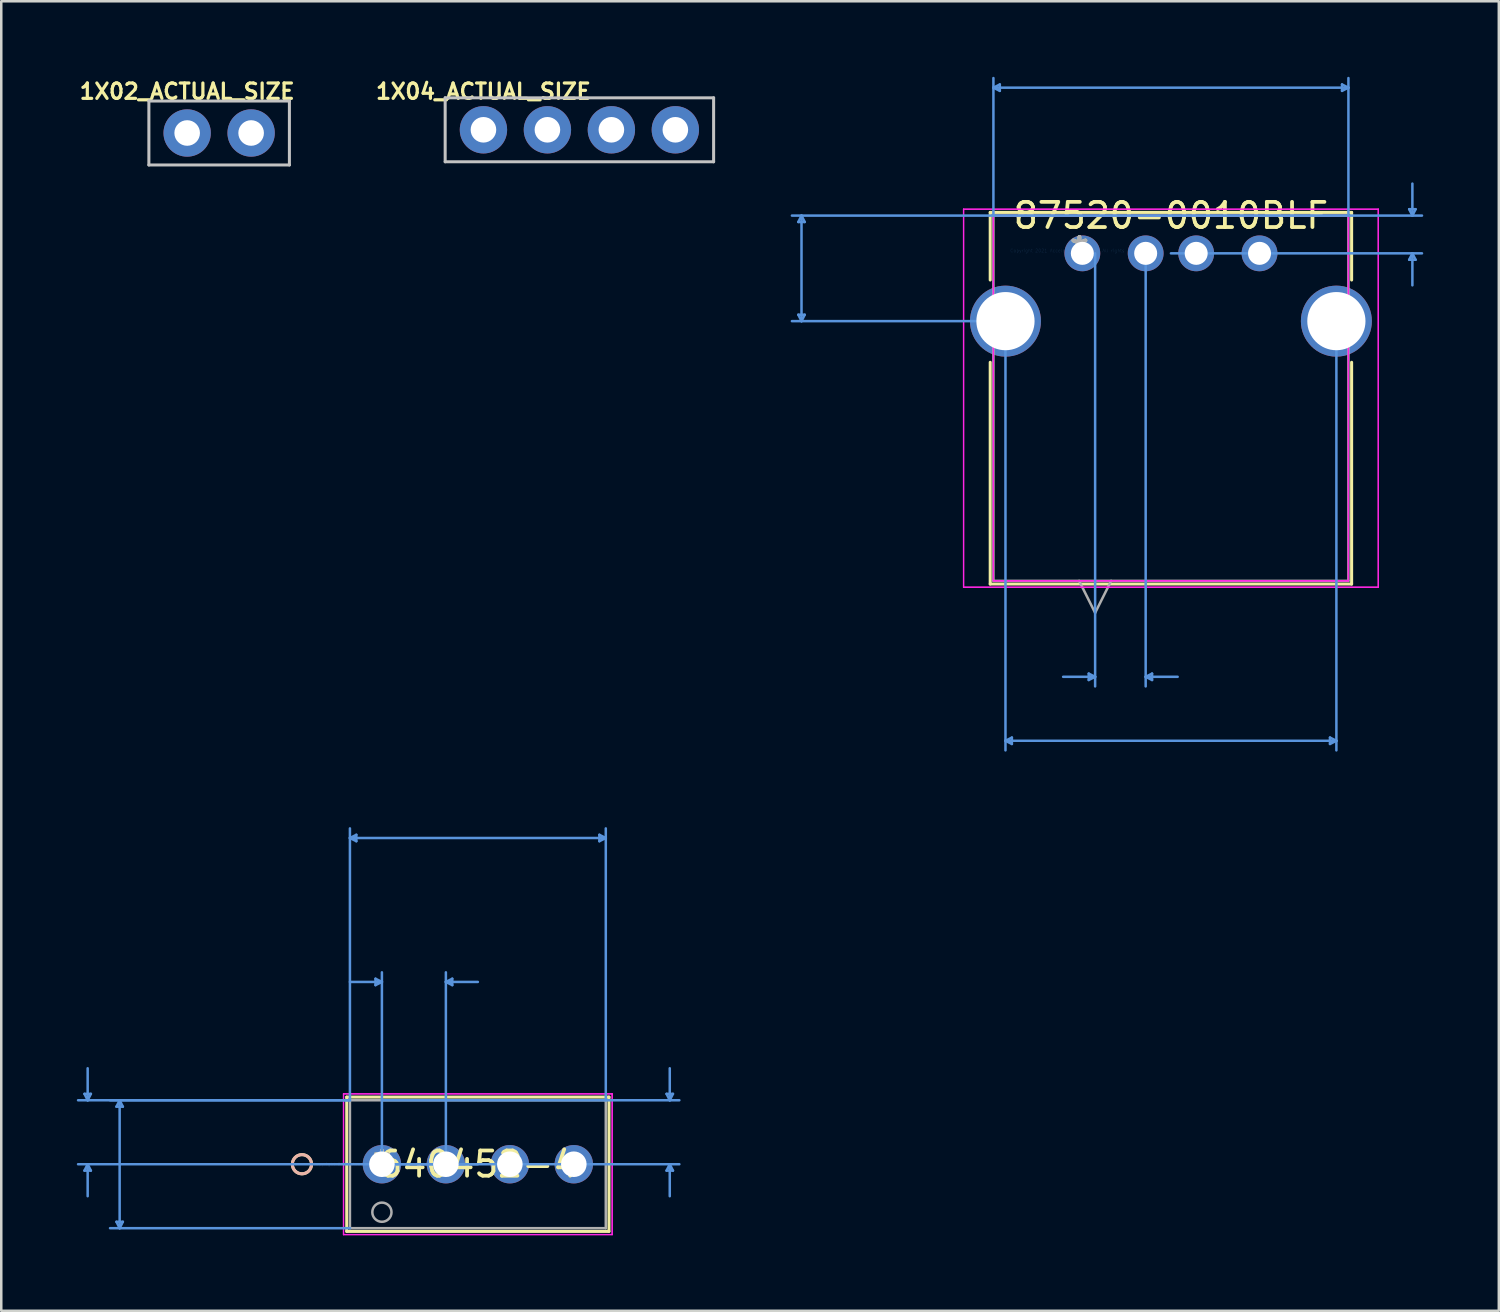
<source format=kicad_pcb>
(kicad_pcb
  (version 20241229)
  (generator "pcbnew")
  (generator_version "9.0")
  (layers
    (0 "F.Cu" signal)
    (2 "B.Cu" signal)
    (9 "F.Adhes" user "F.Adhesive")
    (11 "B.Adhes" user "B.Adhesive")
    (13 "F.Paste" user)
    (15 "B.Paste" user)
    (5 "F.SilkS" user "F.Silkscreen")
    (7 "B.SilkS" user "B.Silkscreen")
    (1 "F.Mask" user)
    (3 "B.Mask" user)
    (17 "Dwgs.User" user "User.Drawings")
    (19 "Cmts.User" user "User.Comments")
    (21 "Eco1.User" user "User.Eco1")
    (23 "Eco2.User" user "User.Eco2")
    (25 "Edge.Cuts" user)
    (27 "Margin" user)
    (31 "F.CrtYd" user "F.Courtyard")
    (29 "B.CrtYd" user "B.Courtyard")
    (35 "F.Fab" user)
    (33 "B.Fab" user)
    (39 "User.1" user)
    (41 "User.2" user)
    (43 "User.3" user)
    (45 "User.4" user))
  (footprint "1X04_ACTUAL_SIZE"
    (layer "F.Cu")
    (at 16.147 2.104)
    (property "Reference" "1X04_ACTUAL_SIZE" (at 0 -1.524 0) (layer "F.SilkS") (effects (font (size 0.61 0.61) (thickness 0.127))))
    (attr exclude_from_pos_files exclude_from_bom)
    (fp_line (start -1.52 -1.27) (end 9.14 -1.27) (stroke (width 0.12) (type solid)) (layer "Dwgs.User"))
    (fp_line (start -1.52 1.27) (end -1.52 -1.27) (stroke (width 0.12) (type solid)) (layer "Dwgs.User"))
    (fp_line (start 9.14 -1.27) (end 9.14 1.27) (stroke (width 0.12) (type solid)) (layer "Dwgs.User"))
    (fp_line (start 9.14 1.27) (end -1.52 1.27) (stroke (width 0.12) (type solid)) (layer "Dwgs.User"))
    (pad "1" thru_hole circle (at 0 0) (size 1.88 1.88) (drill 1.016) (layers "*.Cu" "*.Mask"))
    (pad "2" thru_hole circle (at 2.54 0) (size 1.88 1.88) (drill 1.016) (layers "*.Cu" "*.Mask"))
    (pad "3" thru_hole circle (at 5.08 0) (size 1.88 1.88) (drill 1.016) (layers "*.Cu" "*.Mask"))
    (pad "4" thru_hole circle (at 7.62 0) (size 1.88 1.88) (drill 1.016) (layers "*.Cu" "*.Mask")))
  (footprint "87520-0010BLF"
    (layer "F.Cu")
    (at 39.812 6.902)
    (property "Reference" "87520-0010BLF" (at 3.634 -1.391 0) (layer "F.SilkS") (effects (font (size 1 1) (thickness 0.15))))
    (attr through_hole)
    (fp_line (start -3.542 -1.518) (end -3.542 1.167) (stroke (width 0.12) (type solid)) (layer "F.SilkS"))
    (fp_line (start -3.542 4.434) (end -3.542 13.24) (stroke (width 0.12) (type solid)) (layer "F.SilkS"))
    (fp_line (start -3.542 13.24) (end 10.809 13.24) (stroke (width 0.12) (type solid)) (layer "F.SilkS"))
    (fp_line (start 10.809 -1.518) (end -3.542 -1.518) (stroke (width 0.12) (type solid)) (layer "F.SilkS"))
    (fp_line (start 10.809 1.167) (end 10.809 -1.518) (stroke (width 0.12) (type solid)) (layer "F.SilkS"))
    (fp_line (start 10.809 13.24) (end 10.809 4.434) (stroke (width 0.12) (type solid)) (layer "F.SilkS"))
    (fp_line (start -11.162 -1.137) (end -10.908 -1.137) (stroke (width 0.1) (type solid)) (layer "Cmts.User"))
    (fp_line (start -11.162 2.546) (end -10.908 2.546) (stroke (width 0.1) (type solid)) (layer "Cmts.User"))
    (fp_line (start -11.035 -1.391) (end -11.162 -1.137) (stroke (width 0.1) (type solid)) (layer "Cmts.User"))
    (fp_line (start -11.035 -1.391) (end -11.035 2.8) (stroke (width 0.1) (type solid)) (layer "Cmts.User"))
    (fp_line (start -11.035 -1.391) (end -10.908 -1.137) (stroke (width 0.1) (type solid)) (layer "Cmts.User"))
    (fp_line (start -11.035 2.8) (end -11.162 2.546) (stroke (width 0.1) (type solid)) (layer "Cmts.User"))
    (fp_line (start -11.035 2.8) (end -10.908 2.546) (stroke (width 0.1) (type solid)) (layer "Cmts.User"))
    (fp_line (start -3.415 -6.471) (end -3.161 -6.598) (stroke (width 0.1) (type solid)) (layer "Cmts.User"))
    (fp_line (start -3.415 -6.471) (end -3.161 -6.344) (stroke (width 0.1) (type solid)) (layer "Cmts.User"))
    (fp_line (start -3.415 -6.471) (end 10.682 -6.471) (stroke (width 0.1) (type solid)) (layer "Cmts.User"))
    (fp_line (start -3.415 -1.391) (end -11.416 -1.391) (stroke (width 0.1) (type solid)) (layer "Cmts.User"))
    (fp_line (start -3.415 -1.391) (end -3.415 -6.852) (stroke (width 0.1) (type solid)) (layer "Cmts.User"))
    (fp_line (start -3.415 -1.391) (end 13.603 -1.391) (stroke (width 0.1) (type solid)) (layer "Cmts.User"))
    (fp_line (start -3.161 -6.598) (end -3.161 -6.344) (stroke (width 0.1) (type solid)) (layer "Cmts.User"))
    (fp_line (start -2.936 2.8) (end -11.416 2.8) (stroke (width 0.1) (type solid)) (layer "Cmts.User"))
    (fp_line (start -2.936 2.8) (end -2.936 19.844) (stroke (width 0.1) (type solid)) (layer "Cmts.User"))
    (fp_line (start -2.936 19.463) (end -2.682 19.336) (stroke (width 0.1) (type solid)) (layer "Cmts.User"))
    (fp_line (start -2.936 19.463) (end -2.682 19.59) (stroke (width 0.1) (type solid)) (layer "Cmts.User"))
    (fp_line (start -2.936 19.463) (end 10.204 19.463) (stroke (width 0.1) (type solid)) (layer "Cmts.User"))
    (fp_line (start -2.682 19.336) (end -2.682 19.59) (stroke (width 0.1) (type solid)) (layer "Cmts.User"))
    (fp_line (start 0.37 16.796) (end 0.37 17.05) (stroke (width 0.1) (type solid)) (layer "Cmts.User"))
    (fp_line (start 0.624 0.108) (end 0.624 17.304) (stroke (width 0.1) (type solid)) (layer "Cmts.User"))
    (fp_line (start 0.624 16.923) (end -0.646 16.923) (stroke (width 0.1) (type solid)) (layer "Cmts.User"))
    (fp_line (start 0.624 16.923) (end 0.37 16.796) (stroke (width 0.1) (type solid)) (layer "Cmts.User"))
    (fp_line (start 0.624 16.923) (end 0.37 17.05) (stroke (width 0.1) (type solid)) (layer "Cmts.User"))
    (fp_line (start 2.631 0.108) (end 2.631 17.304) (stroke (width 0.1) (type solid)) (layer "Cmts.User"))
    (fp_line (start 2.631 16.923) (end 2.885 16.796) (stroke (width 0.1) (type solid)) (layer "Cmts.User"))
    (fp_line (start 2.631 16.923) (end 2.885 17.05) (stroke (width 0.1) (type solid)) (layer "Cmts.User"))
    (fp_line (start 2.631 16.923) (end 3.901 16.923) (stroke (width 0.1) (type solid)) (layer "Cmts.User"))
    (fp_line (start 2.885 16.796) (end 2.885 17.05) (stroke (width 0.1) (type solid)) (layer "Cmts.User"))
    (fp_line (start 3.634 0.108) (end 13.603 0.108) (stroke (width 0.1) (type solid)) (layer "Cmts.User"))
    (fp_line (start 9.95 19.336) (end 9.95 19.59) (stroke (width 0.1) (type solid)) (layer "Cmts.User"))
    (fp_line (start 10.204 2.8) (end 10.204 19.844) (stroke (width 0.1) (type solid)) (layer "Cmts.User"))
    (fp_line (start 10.204 19.463) (end 9.95 19.336) (stroke (width 0.1) (type solid)) (layer "Cmts.User"))
    (fp_line (start 10.204 19.463) (end 9.95 19.59) (stroke (width 0.1) (type solid)) (layer "Cmts.User"))
    (fp_line (start 10.428 -6.598) (end 10.428 -6.344) (stroke (width 0.1) (type solid)) (layer "Cmts.User"))
    (fp_line (start 10.682 -6.471) (end 10.428 -6.598) (stroke (width 0.1) (type solid)) (layer "Cmts.User"))
    (fp_line (start 10.682 -6.471) (end 10.428 -6.344) (stroke (width 0.1) (type solid)) (layer "Cmts.User"))
    (fp_line (start 10.682 -1.391) (end 10.682 -6.852) (stroke (width 0.1) (type solid)) (layer "Cmts.User"))
    (fp_line (start 13.095 -1.645) (end 13.349 -1.645) (stroke (width 0.1) (type solid)) (layer "Cmts.User"))
    (fp_line (start 13.095 0.362) (end 13.349 0.362) (stroke (width 0.1) (type solid)) (layer "Cmts.User"))
    (fp_line (start 13.222 -1.391) (end 13.095 -1.645) (stroke (width 0.1) (type solid)) (layer "Cmts.User"))
    (fp_line (start 13.222 -1.391) (end 13.222 -2.661) (stroke (width 0.1) (type solid)) (layer "Cmts.User"))
    (fp_line (start 13.222 -1.391) (end 13.349 -1.645) (stroke (width 0.1) (type solid)) (layer "Cmts.User"))
    (fp_line (start 13.222 0.108) (end 13.095 0.362) (stroke (width 0.1) (type solid)) (layer "Cmts.User"))
    (fp_line (start 13.222 0.108) (end 13.222 1.378) (stroke (width 0.1) (type solid)) (layer "Cmts.User"))
    (fp_line (start 13.222 0.108) (end 13.349 0.362) (stroke (width 0.1) (type solid)) (layer "Cmts.User"))
    (fp_line (start -4.6 -1.645) (end -4.6 13.367) (stroke (width 0.05) (type solid)) (layer "F.CrtYd"))
    (fp_line (start -4.6 -1.645) (end 11.868 -1.645) (stroke (width 0.05) (type solid)) (layer "F.CrtYd"))
    (fp_line (start -4.6 13.367) (end -4.6 -1.645) (stroke (width 0.05) (type solid)) (layer "F.CrtYd"))
    (fp_line (start -4.6 13.367) (end 11.868 13.367) (stroke (width 0.05) (type solid)) (layer "F.CrtYd"))
    (fp_line (start -3.415 -1.391) (end -3.415 13.113) (stroke (width 0.05) (type solid)) (layer "F.CrtYd"))
    (fp_line (start -3.415 -1.391) (end 10.682 -1.391) (stroke (width 0.05) (type solid)) (layer "F.CrtYd"))
    (fp_line (start -3.415 13.113) (end -3.415 -1.391) (stroke (width 0.05) (type solid)) (layer "F.CrtYd"))
    (fp_line (start -3.415 13.113) (end 10.682 13.113) (stroke (width 0.05) (type solid)) (layer "F.CrtYd"))
    (fp_line (start 10.682 -1.391) (end -3.415 -1.391) (stroke (width 0.05) (type solid)) (layer "F.CrtYd"))
    (fp_line (start 10.682 -1.391) (end 10.682 13.113) (stroke (width 0.05) (type solid)) (layer "F.CrtYd"))
    (fp_line (start 10.682 -1.391) (end 10.682 13.113) (stroke (width 0.05) (type solid)) (layer "F.CrtYd"))
    (fp_line (start 10.682 13.113) (end -3.415 13.113) (stroke (width 0.05) (type solid)) (layer "F.CrtYd"))
    (fp_line (start 11.868 -1.645) (end -4.6 -1.645) (stroke (width 0.05) (type solid)) (layer "F.CrtYd"))
    (fp_line (start 11.868 -1.645) (end 11.868 13.367) (stroke (width 0.05) (type solid)) (layer "F.CrtYd"))
    (fp_line (start 11.868 -1.645) (end 11.868 13.367) (stroke (width 0.05) (type solid)) (layer "F.CrtYd"))
    (fp_line (start 11.868 13.367) (end -4.6 13.367) (stroke (width 0.05) (type solid)) (layer "F.CrtYd"))
    (fp_line (start -3.415 -1.391) (end -3.415 13.113) (stroke (width 0.1) (type solid)) (layer "F.Fab"))
    (fp_line (start -3.415 13.113) (end 10.682 13.113) (stroke (width 0.1) (type solid)) (layer "F.Fab"))
    (fp_line (start -0.011 13.113) (end 0.624 14.383) (stroke (width 0.1) (type solid)) (layer "F.Fab"))
    (fp_line (start 1.259 13.113) (end 0.624 14.383) (stroke (width 0.1) (type solid)) (layer "F.Fab"))
    (fp_line (start 10.682 -1.391) (end -3.415 -1.391) (stroke (width 0.1) (type solid)) (layer "F.Fab"))
    (fp_line (start 10.682 13.113) (end 10.682 -1.391) (stroke (width 0.1) (type solid)) (layer "F.Fab"))
    (fp_text user "*" (at 0 0 0) (layer "F.SilkS") (effects (font (size 1 1) (thickness 0.15))))
    (fp_text user "Copyright 2021 Accelerated Designs. All rights reserved." (at 0 0 0) (layer "Cmts.User") (effects (font (size 0.127 0.127) (thickness 0.002))))
    (fp_text user "*" (at 0 0 0) (layer "F.Fab") (effects (font (size 1 1) (thickness 0.15))))
    (pad "1" thru_hole circle (at 0.116 0.108) (size 1.422 1.422) (drill 0.914) (layers "*.Cu" "*.Mask"))
    (pad "2" thru_hole circle (at 2.631 0.108) (size 1.422 1.422) (drill 0.914) (layers "*.Cu" "*.Mask"))
    (pad "3" thru_hole circle (at 4.637 0.108) (size 1.422 1.422) (drill 0.914) (layers "*.Cu" "*.Mask"))
    (pad "4" thru_hole circle (at 7.152 0.108) (size 1.422 1.422) (drill 0.914) (layers "*.Cu" "*.Mask"))
    (pad "5" thru_hole circle (at -2.936 2.8) (size 2.819 2.819) (drill 2.311) (layers "*.Cu" "*.Mask"))
    (pad "6" thru_hole circle (at 10.204 2.8) (size 2.819 2.819) (drill 2.311) (layers "*.Cu" "*.Mask")))
  (footprint "1X02_ACTUAL_SIZE"
    (layer "F.Cu")
    (at 4.382 2.231)
    (property "Reference" "1X02_ACTUAL_SIZE" (at 0 -1.651 0) (layer "F.SilkS") (effects (font (size 0.61 0.61) (thickness 0.127))))
    (attr exclude_from_pos_files exclude_from_bom)
    (fp_line (start -1.52 -1.27) (end -1.52 1.27) (stroke (width 0.12) (type solid)) (layer "Dwgs.User"))
    (fp_line (start -1.52 1.27) (end 4.06 1.27) (stroke (width 0.12) (type solid)) (layer "Dwgs.User"))
    (fp_line (start 4.06 -1.27) (end -1.52 -1.27) (stroke (width 0.12) (type solid)) (layer "Dwgs.User"))
    (fp_line (start 4.06 1.27) (end 4.06 -1.27) (stroke (width 0.12) (type solid)) (layer "Dwgs.User"))
    (pad "1" thru_hole circle (at 0 0) (size 1.88 1.88) (drill 1.016) (layers "*.Cu" "*.Mask"))
    (pad "2" thru_hole circle (at 2.54 0) (size 1.88 1.88) (drill 1.016) (layers "*.Cu" "*.Mask")))
  (footprint "640452-4"
    (layer "F.Cu")
    (at 12.115 43.18)
    (property "Reference" "640452-4" (at 3.81 0 0) (layer "F.SilkS") (effects (font (size 1 1) (thickness 0.15))))
    (attr through_hole)
    (fp_line (start -1.397 -2.667) (end -1.397 2.667) (stroke (width 0.12) (type solid)) (layer "F.SilkS"))
    (fp_line (start -1.397 2.667) (end 9.017 2.667) (stroke (width 0.12) (type solid)) (layer "F.SilkS"))
    (fp_line (start 9.017 -2.667) (end -1.397 -2.667) (stroke (width 0.12) (type solid)) (layer "F.SilkS"))
    (fp_line (start 9.017 2.667) (end 9.017 -2.667) (stroke (width 0.12) (type solid)) (layer "F.SilkS"))
    (fp_circle (center -3.175 0) (end -2.794 0) (stroke (width 0.12) (type solid)) (fill no) (layer "F.SilkS"))
    (fp_circle (center -3.175 0) (end -2.794 0) (stroke (width 0.12) (type solid)) (fill no) (layer "B.SilkS"))
    (fp_line (start -11.811 -2.794) (end -11.557 -2.794) (stroke (width 0.1) (type solid)) (layer "Cmts.User"))
    (fp_line (start -11.811 0.254) (end -11.557 0.254) (stroke (width 0.1) (type solid)) (layer "Cmts.User"))
    (fp_line (start -11.684 -2.54) (end -11.811 -2.794) (stroke (width 0.1) (type solid)) (layer "Cmts.User"))
    (fp_line (start -11.684 -2.54) (end -11.684 -3.81) (stroke (width 0.1) (type solid)) (layer "Cmts.User"))
    (fp_line (start -11.684 -2.54) (end -11.557 -2.794) (stroke (width 0.1) (type solid)) (layer "Cmts.User"))
    (fp_line (start -11.684 0) (end -11.811 0.254) (stroke (width 0.1) (type solid)) (layer "Cmts.User"))
    (fp_line (start -11.684 0) (end -11.684 1.27) (stroke (width 0.1) (type solid)) (layer "Cmts.User"))
    (fp_line (start -11.684 0) (end -11.557 0.254) (stroke (width 0.1) (type solid)) (layer "Cmts.User"))
    (fp_line (start -10.541 -2.286) (end -10.287 -2.286) (stroke (width 0.1) (type solid)) (layer "Cmts.User"))
    (fp_line (start -10.541 2.286) (end -10.287 2.286) (stroke (width 0.1) (type solid)) (layer "Cmts.User"))
    (fp_line (start -10.414 -2.54) (end -10.541 -2.286) (stroke (width 0.1) (type solid)) (layer "Cmts.User"))
    (fp_line (start -10.414 -2.54) (end -10.414 2.54) (stroke (width 0.1) (type solid)) (layer "Cmts.User"))
    (fp_line (start -10.414 -2.54) (end -10.287 -2.286) (stroke (width 0.1) (type solid)) (layer "Cmts.User"))
    (fp_line (start -10.414 2.54) (end -10.541 2.286) (stroke (width 0.1) (type solid)) (layer "Cmts.User"))
    (fp_line (start -10.414 2.54) (end -10.287 2.286) (stroke (width 0.1) (type solid)) (layer "Cmts.User"))
    (fp_line (start -1.27 -12.954) (end -1.016 -13.081) (stroke (width 0.1) (type solid)) (layer "Cmts.User"))
    (fp_line (start -1.27 -12.954) (end -1.016 -12.827) (stroke (width 0.1) (type solid)) (layer "Cmts.User"))
    (fp_line (start -1.27 -12.954) (end 8.89 -12.954) (stroke (width 0.1) (type solid)) (layer "Cmts.User"))
    (fp_line (start -1.27 -2.54) (end -12.065 -2.54) (stroke (width 0.1) (type solid)) (layer "Cmts.User"))
    (fp_line (start -1.27 -2.54) (end -10.795 -2.54) (stroke (width 0.1) (type solid)) (layer "Cmts.User"))
    (fp_line (start -1.27 -2.54) (end -1.27 -13.335) (stroke (width 0.1) (type solid)) (layer "Cmts.User"))
    (fp_line (start -1.27 2.54) (end -10.795 2.54) (stroke (width 0.1) (type solid)) (layer "Cmts.User"))
    (fp_line (start -1.016 -13.081) (end -1.016 -12.827) (stroke (width 0.1) (type solid)) (layer "Cmts.User"))
    (fp_line (start -0.254 -7.366) (end -0.254 -7.112) (stroke (width 0.1) (type solid)) (layer "Cmts.User"))
    (fp_line (start 0 -7.239) (end -1.27 -7.239) (stroke (width 0.1) (type solid)) (layer "Cmts.User"))
    (fp_line (start 0 -7.239) (end -0.254 -7.366) (stroke (width 0.1) (type solid)) (layer "Cmts.User"))
    (fp_line (start 0 -7.239) (end -0.254 -7.112) (stroke (width 0.1) (type solid)) (layer "Cmts.User"))
    (fp_line (start 0 -2.54) (end 11.811 -2.54) (stroke (width 0.1) (type solid)) (layer "Cmts.User"))
    (fp_line (start 0 0) (end 0 -7.62) (stroke (width 0.1) (type solid)) (layer "Cmts.User"))
    (fp_line (start 0 0) (end 11.811 0) (stroke (width 0.1) (type solid)) (layer "Cmts.User"))
    (fp_line (start 2.54 -7.239) (end 2.794 -7.366) (stroke (width 0.1) (type solid)) (layer "Cmts.User"))
    (fp_line (start 2.54 -7.239) (end 2.794 -7.112) (stroke (width 0.1) (type solid)) (layer "Cmts.User"))
    (fp_line (start 2.54 -7.239) (end 3.81 -7.239) (stroke (width 0.1) (type solid)) (layer "Cmts.User"))
    (fp_line (start 2.54 0) (end 2.54 -7.62) (stroke (width 0.1) (type solid)) (layer "Cmts.User"))
    (fp_line (start 2.794 -7.366) (end 2.794 -7.112) (stroke (width 0.1) (type solid)) (layer "Cmts.User"))
    (fp_line (start 3.81 0) (end -12.065 0) (stroke (width 0.1) (type solid)) (layer "Cmts.User"))
    (fp_line (start 8.636 -13.081) (end 8.636 -12.827) (stroke (width 0.1) (type solid)) (layer "Cmts.User"))
    (fp_line (start 8.89 -12.954) (end 8.636 -13.081) (stroke (width 0.1) (type solid)) (layer "Cmts.User"))
    (fp_line (start 8.89 -12.954) (end 8.636 -12.827) (stroke (width 0.1) (type solid)) (layer "Cmts.User"))
    (fp_line (start 8.89 -2.54) (end 8.89 -13.335) (stroke (width 0.1) (type solid)) (layer "Cmts.User"))
    (fp_line (start 11.303 -2.794) (end 11.557 -2.794) (stroke (width 0.1) (type solid)) (layer "Cmts.User"))
    (fp_line (start 11.303 0.254) (end 11.557 0.254) (stroke (width 0.1) (type solid)) (layer "Cmts.User"))
    (fp_line (start 11.43 -2.54) (end 11.303 -2.794) (stroke (width 0.1) (type solid)) (layer "Cmts.User"))
    (fp_line (start 11.43 -2.54) (end 11.43 -3.81) (stroke (width 0.1) (type solid)) (layer "Cmts.User"))
    (fp_line (start 11.43 -2.54) (end 11.557 -2.794) (stroke (width 0.1) (type solid)) (layer "Cmts.User"))
    (fp_line (start 11.43 0) (end 11.303 0.254) (stroke (width 0.1) (type solid)) (layer "Cmts.User"))
    (fp_line (start 11.43 0) (end 11.43 1.27) (stroke (width 0.1) (type solid)) (layer "Cmts.User"))
    (fp_line (start 11.43 0) (end 11.557 0.254) (stroke (width 0.1) (type solid)) (layer "Cmts.User"))
    (fp_line (start -1.524 -2.794) (end -1.524 2.794) (stroke (width 0.05) (type solid)) (layer "F.CrtYd"))
    (fp_line (start -1.524 -2.794) (end -1.524 2.794) (stroke (width 0.05) (type solid)) (layer "F.CrtYd"))
    (fp_line (start -1.524 2.794) (end 9.144 2.794) (stroke (width 0.05) (type solid)) (layer "F.CrtYd"))
    (fp_line (start -1.524 2.794) (end 9.144 2.794) (stroke (width 0.05) (type solid)) (layer "F.CrtYd"))
    (fp_line (start 9.144 -2.794) (end -1.524 -2.794) (stroke (width 0.05) (type solid)) (layer "F.CrtYd"))
    (fp_line (start 9.144 -2.794) (end -1.524 -2.794) (stroke (width 0.05) (type solid)) (layer "F.CrtYd"))
    (fp_line (start 9.144 2.794) (end 9.144 -2.794) (stroke (width 0.05) (type solid)) (layer "F.CrtYd"))
    (fp_line (start 9.144 2.794) (end 9.144 -2.794) (stroke (width 0.05) (type solid)) (layer "F.CrtYd"))
    (fp_line (start -1.27 -2.54) (end -1.27 2.54) (stroke (width 0.1) (type solid)) (layer "F.Fab"))
    (fp_line (start -1.27 2.54) (end 8.89 2.54) (stroke (width 0.1) (type solid)) (layer "F.Fab"))
    (fp_line (start 8.89 -2.54) (end -1.27 -2.54) (stroke (width 0.1) (type solid)) (layer "F.Fab"))
    (fp_line (start 8.89 2.54) (end 8.89 -2.54) (stroke (width 0.1) (type solid)) (layer "F.Fab"))
    (fp_circle (center 0 1.905) (end 0.381 1.905) (stroke (width 0.1) (type solid)) (fill no) (layer "F.Fab"))
    (fp_text user "*" (at 0 0 0) (layer "F.SilkS") (effects (font (size 1 1) (thickness 0.15))))
    (fp_text user "Copyright 2021 Accelerated Designs. All rights reserved." (at 0 0 0) (layer "Cmts.User") (effects (font (size 0.127 0.127) (thickness 0.002))))
    (fp_text user "*" (at 0 0 0) (layer "F.Fab") (effects (font (size 1 1) (thickness 0.15))))
    (pad "1" thru_hole circle (at 0 0) (size 1.524 1.524) (drill 1.016) (layers "*.Cu" "*.Mask"))
    (pad "2" thru_hole circle (at 2.54 0) (size 1.524 1.524) (drill 1.016) (layers "*.Cu" "*.Mask"))
    (pad "3" thru_hole circle (at 5.08 0) (size 1.524 1.524) (drill 1.016) (layers "*.Cu" "*.Mask"))
    (pad "4" thru_hole circle (at 7.62 0) (size 1.524 1.524) (drill 1.016) (layers "*.Cu" "*.Mask")))
  (gr_rect
    (start -3 -3)
    (end 56.466 48.999)
    (stroke (width 0.1) (type default))
    (fill no)
    (layer "Edge.Cuts")))
</source>
